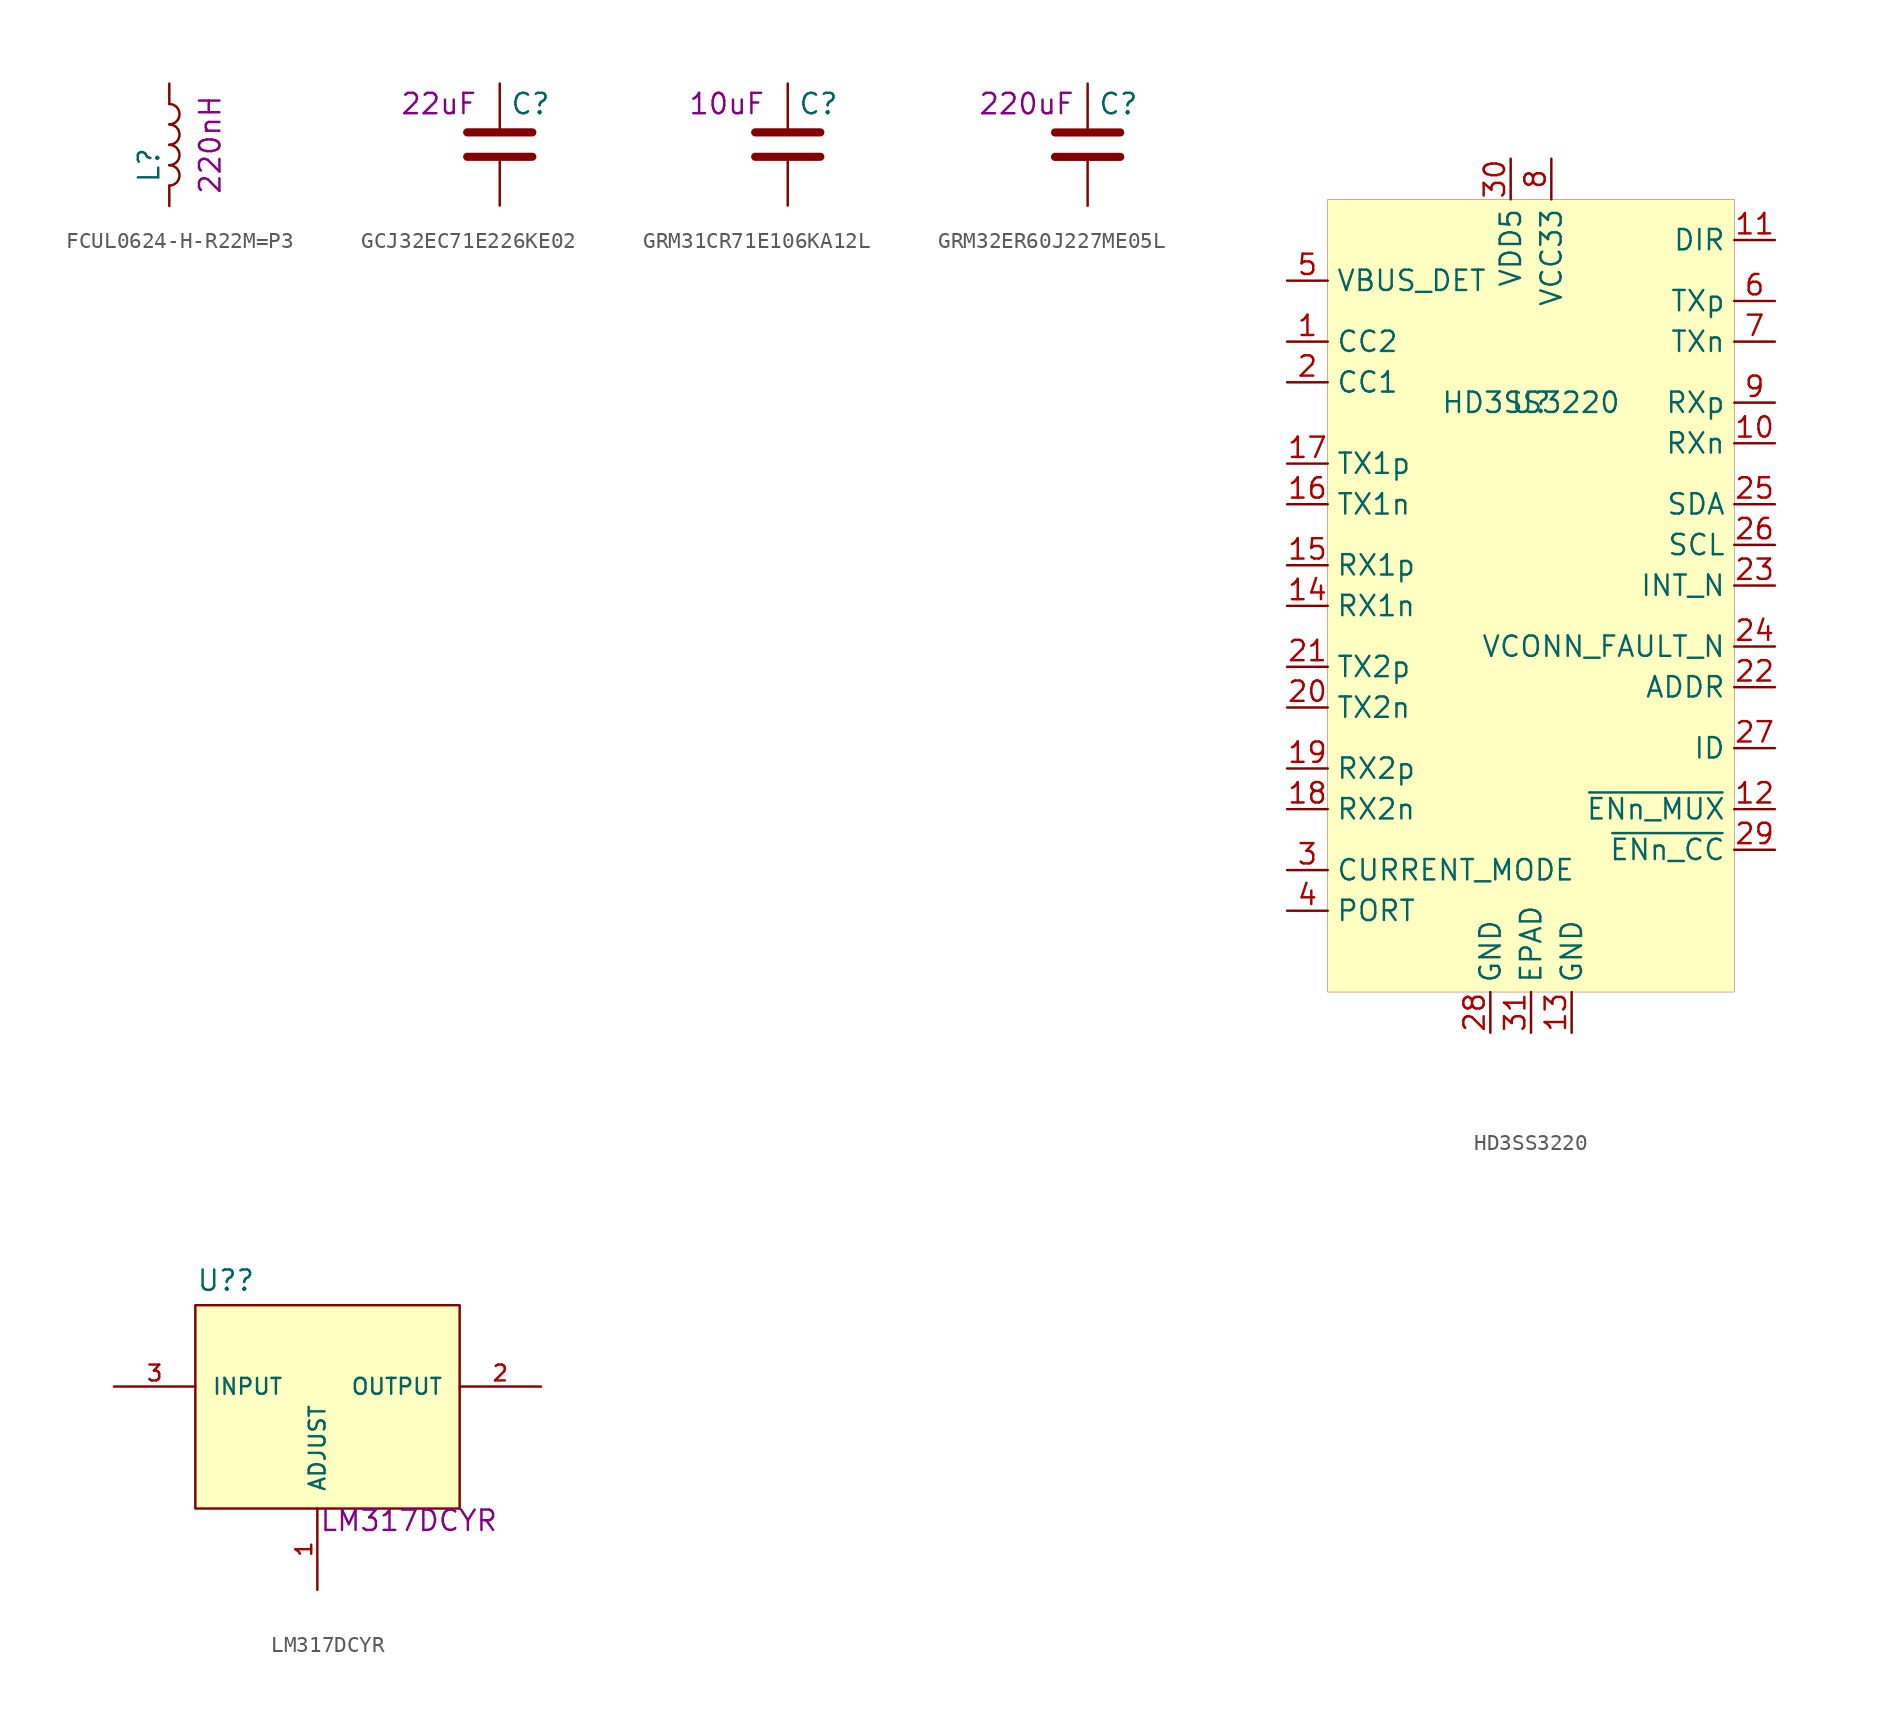
<source format=kicad_sym>
(kicad_symbol_lib
  (version 20201005)
  (generator kicad_symbol_editor)
  (symbol "mte_usb_hub:FCUL0624-H-R22M=P3"
    (pin_numbers hide)
    (pin_names
      (offset 1.016) hide)
    (property "Reference" "L"
      (at -1.27 -1.27 90)
      (effects (font (size 1.27 1.27))))
    (property "id" "220nH"
      (at 2.54 0 90)
      (effects (font (size 1.27 1.27))))
    (symbol "FCUL0624-H-R22M=P3_0_1"
      (arc (start 0 -2.54) (end 0 -1.27) (radius (at 0 -1.905) (length 0.635) (angles -89.9 89.9)) (stroke (width 0)) (fill (type none)))
      (arc (start 0 -1.27) (end 0 0) (radius (at 0 -0.635) (length 0.635) (angles -89.9 89.9)) (stroke (width 0)) (fill (type none)))
      (arc (start 0 0) (end 0 1.27) (radius (at 0 0.635) (length 0.635) (angles -89.9 89.9)) (stroke (width 0)) (fill (type none)))
      (arc (start 0 1.27) (end 0 2.54) (radius (at 0 1.905) (length 0.635) (angles -89.9 89.9)) (stroke (width 0)) (fill (type none))))
    (symbol "FCUL0624-H-R22M=P3_1_1"
      (pin passive line (at 0 3.81 270) (length 1.27) (name "1" (effects (font (size 1.27 1.27)))) (number "1" (effects (font (size 1.27 1.27)))))
      (pin passive line (at 0 -3.81 90) (length 1.27) (name "2" (effects (font (size 1.27 1.27)))) (number "2" (effects (font (size 1.27 1.27)))))))
  (symbol "mte_usb_hub:GCJ32EC71E226KE02"
    (pin_numbers hide)
    (pin_names
      (offset 0.254))
    (property "Reference" "C"
      (at 0.635 2.54 0)
      (effects (font (size 1.27 1.27)) (justify left)))
    (property "id" "22uF"
      (at -3.81 2.54 0)
      (effects (font (size 1.27 1.27))))
    (symbol "GCJ32EC71E226KE02_0_1"
      (polyline (pts (xy -2.032 -0.762) (xy 2.032 -0.762)) (stroke (width 0.508)) (fill (type none)))
      (polyline (pts (xy -2.032 0.762) (xy 2.032 0.762)) (stroke (width 0.508)) (fill (type none))))
    (symbol "GCJ32EC71E226KE02_1_1"
      (pin passive line (at 0 3.81 270) (length 2.794) (name "~" (effects (font (size 1.27 1.27)))) (number "1" (effects (font (size 1.27 1.27)))))
      (pin passive line (at 0 -3.81 90) (length 2.794) (name "~" (effects (font (size 1.27 1.27)))) (number "2" (effects (font (size 1.27 1.27)))))))
  (symbol "mte_usb_hub:GRM31CR71E106KA12L"
    (pin_numbers hide)
    (pin_names
      (offset 0.254))
    (property "Reference" "C"
      (at 0.635 2.54 0)
      (effects (font (size 1.27 1.27)) (justify left)))
    (property "id" "10uF"
      (at -3.81 2.54 0)
      (effects (font (size 1.27 1.27))))
    (symbol "GRM31CR71E106KA12L_0_1"
      (polyline (pts (xy -2.032 -0.762) (xy 2.032 -0.762)) (stroke (width 0.508)) (fill (type none)))
      (polyline (pts (xy -2.032 0.762) (xy 2.032 0.762)) (stroke (width 0.508)) (fill (type none))))
    (symbol "GRM31CR71E106KA12L_1_1"
      (pin passive line (at 0 3.81 270) (length 2.794) (name "~" (effects (font (size 1.27 1.27)))) (number "1" (effects (font (size 1.27 1.27)))))
      (pin passive line (at 0 -3.81 90) (length 2.794) (name "~" (effects (font (size 1.27 1.27)))) (number "2" (effects (font (size 1.27 1.27)))))))
  (symbol "mte_usb_hub:GRM32ER60J227ME05L"
    (pin_numbers hide)
    (pin_names
      (offset 0.254))
    (property "Reference" "C"
      (at 0.635 2.54 0)
      (effects (font (size 1.27 1.27)) (justify left)))
    (property "id" "220uF"
      (at -3.81 2.54 0)
      (effects (font (size 1.27 1.27))))
    (symbol "GRM32ER60J227ME05L_0_1"
      (polyline (pts (xy -2.032 -0.762) (xy 2.032 -0.762)) (stroke (width 0.508)) (fill (type none)))
      (polyline (pts (xy -2.032 0.762) (xy 2.032 0.762)) (stroke (width 0.508)) (fill (type none))))
    (symbol "GRM32ER60J227ME05L_1_1"
      (pin passive line (at 0 3.81 270) (length 2.794) (name "~" (effects (font (size 1.27 1.27)))) (number "1" (effects (font (size 1.27 1.27)))))
      (pin passive line (at 0 -3.81 90) (length 2.794) (name "~" (effects (font (size 1.27 1.27)))) (number "2" (effects (font (size 1.27 1.27)))))))
  (symbol "mte_usb_hub:HD3SS3220"
    (property "Reference" "U"
      (at 0 12.7 0)
      (effects (font (size 1.27 1.27))))
    (property "Value" "HD3SS3220"
      (at 0 12.7 0)
      (effects (font (size 1.27 1.27))))
    (symbol "HD3SS3220_0_1"
      (rectangle (start -12.7 25.4) (end 12.7 -24.13) (stroke (width 0.001)) (fill (type background))))
    (symbol "HD3SS3220_1_0"
      (pin bidirectional line (at -15.24 16.51 0) (length 2.54) (name "CC2" (effects (font (size 1.27 1.27)))) (number "1" (effects (font (size 1.27 1.27)))))
      (pin bidirectional line (at 15.24 10.16 180) (length 2.54) (name "RXn" (effects (font (size 1.27 1.27)))) (number "10" (effects (font (size 1.27 1.27)))))
      (pin output line (at 15.24 22.86 180) (length 2.54) (name "DIR" (effects (font (size 1.27 1.27)))) (number "11" (effects (font (size 1.27 1.27)))))
      (pin input line (at 15.24 -12.7 180) (length 2.54) (name "~ENn_MUX" (effects (font (size 1.27 1.27)))) (number "12" (effects (font (size 1.27 1.27)))))
      (pin power_in line (at 2.54 -26.67 90) (length 2.54) (name "GND" (effects (font (size 1.27 1.27)))) (number "13" (effects (font (size 1.27 1.27)))))
      (pin bidirectional line (at -15.24 0 0) (length 2.54) (name "RX1n" (effects (font (size 1.27 1.27)))) (number "14" (effects (font (size 1.27 1.27)))))
      (pin bidirectional line (at -15.24 2.54 0) (length 2.54) (name "RX1p" (effects (font (size 1.27 1.27)))) (number "15" (effects (font (size 1.27 1.27)))))
      (pin bidirectional line (at -15.24 6.35 0) (length 2.54) (name "TX1n" (effects (font (size 1.27 1.27)))) (number "16" (effects (font (size 1.27 1.27)))))
      (pin bidirectional line (at -15.24 8.89 0) (length 2.54) (name "TX1p" (effects (font (size 1.27 1.27)))) (number "17" (effects (font (size 1.27 1.27)))))
      (pin bidirectional line (at -15.24 -12.7 0) (length 2.54) (name "RX2n" (effects (font (size 1.27 1.27)))) (number "18" (effects (font (size 1.27 1.27)))))
      (pin bidirectional line (at -15.24 -10.16 0) (length 2.54) (name "RX2p" (effects (font (size 1.27 1.27)))) (number "19" (effects (font (size 1.27 1.27)))))
      (pin bidirectional line (at -15.24 13.97 0) (length 2.54) (name "CC1" (effects (font (size 1.27 1.27)))) (number "2" (effects (font (size 1.27 1.27)))))
      (pin bidirectional line (at -15.24 -6.35 0) (length 2.54) (name "TX2n" (effects (font (size 1.27 1.27)))) (number "20" (effects (font (size 1.27 1.27)))))
      (pin bidirectional line (at -15.24 -3.81 0) (length 2.54) (name "TX2p" (effects (font (size 1.27 1.27)))) (number "21" (effects (font (size 1.27 1.27)))))
      (pin input line (at 15.24 -5.08 180) (length 2.54) (name "ADDR" (effects (font (size 1.27 1.27)))) (number "22" (effects (font (size 1.27 1.27)))))
      (pin output line (at 15.24 1.27 180) (length 2.54) (name "INT_N" (effects (font (size 1.27 1.27)))) (number "23" (effects (font (size 1.27 1.27)))) (alternate "OUT3" output line))
      (pin output line (at 15.24 -2.54 180) (length 2.54) (name "VCONN_FAULT_N" (effects (font (size 1.27 1.27)))) (number "24" (effects (font (size 1.27 1.27)))))
      (pin bidirectional line (at 15.24 6.35 180) (length 2.54) (name "SDA" (effects (font (size 1.27 1.27)))) (number "25" (effects (font (size 1.27 1.27)))) (alternate "OUT1" bidirectional line))
      (pin bidirectional line (at 15.24 3.81 180) (length 2.54) (name "SCL" (effects (font (size 1.27 1.27)))) (number "26" (effects (font (size 1.27 1.27)))) (alternate "OUT2" bidirectional line))
      (pin output line (at 15.24 -8.89 180) (length 2.54) (name "ID" (effects (font (size 1.27 1.27)))) (number "27" (effects (font (size 1.27 1.27)))))
      (pin power_in line (at -2.54 -26.67 90) (length 2.54) (name "GND" (effects (font (size 1.27 1.27)))) (number "28" (effects (font (size 1.27 1.27)))))
      (pin input line (at 15.24 -15.24 180) (length 2.54) (name "~ENn_CC" (effects (font (size 1.27 1.27)))) (number "29" (effects (font (size 1.27 1.27)))))
      (pin input line (at -15.24 -16.51 0) (length 2.54) (name "CURRENT_MODE" (effects (font (size 1.27 1.27)))) (number "3" (effects (font (size 1.27 1.27)))))
      (pin power_in line (at -1.27 27.94 270) (length 2.54) (name "VDD5" (effects (font (size 1.27 1.27)))) (number "30" (effects (font (size 1.27 1.27)))))
      (pin power_in line (at 0 -26.67 90) (length 2.54) (name "EPAD" (effects (font (size 1.27 1.27)))) (number "31" (effects (font (size 1.27 1.27)))))
      (pin input line (at -15.24 -19.05 0) (length 2.54) (name "PORT" (effects (font (size 1.27 1.27)))) (number "4" (effects (font (size 1.27 1.27)))))
      (pin input line (at -15.24 20.32 0) (length 2.54) (name "VBUS_DET" (effects (font (size 1.27 1.27)))) (number "5" (effects (font (size 1.27 1.27)))))
      (pin bidirectional line (at 15.24 19.05 180) (length 2.54) (name "TXp" (effects (font (size 1.27 1.27)))) (number "6" (effects (font (size 1.27 1.27)))))
      (pin bidirectional line (at 15.24 16.51 180) (length 2.54) (name "TXn" (effects (font (size 1.27 1.27)))) (number "7" (effects (font (size 1.27 1.27)))))
      (pin power_in line (at 1.27 27.94 270) (length 2.54) (name "VCC33" (effects (font (size 1.27 1.27)))) (number "8" (effects (font (size 1.27 1.27)))))
      (pin bidirectional line (at 15.24 12.7 180) (length 2.54) (name "RXp" (effects (font (size 1.27 1.27)))) (number "9" (effects (font (size 1.27 1.27)))))))
  (symbol "mte_usb_hub:LM317DCYR"
    (pin_names
      (offset 1.016))
    (property "Reference" "U?"
      (at -5.715 6.623 0)
      (effects (font (size 1.27 1.27))))
    (property "id" "LM317DCYR"
      (at 5.715 -8.376 0)
      (effects (font (size 1.27 1.27))))
    (symbol "LM317DCYR_0_1"
      (rectangle (start -7.62 5.08) (end 8.89 -7.62) (stroke (width 0)) (fill (type background))))
    (symbol "LM317DCYR_1_1"
      (pin input line (at 0 -12.7 90) (length 5.08) (name "ADJUST" (effects (font (size 0.991 0.991)))) (number "1" (effects (font (size 0.991 0.991)))))
      (pin power_out line (at 13.97 0 180) (length 5.08) (name "OUTPUT" (effects (font (size 0.991 0.991)))) (number "2" (effects (font (size 0.991 0.991)))))
      (pin power_in line (at -12.7 0 0) (length 5.08) (name "INPUT" (effects (font (size 0.991 0.991)))) (number "3" (effects (font (size 0.991 0.991)))))
      (pin passive line (at 13.97 0 180) (length 5.08) hide (name "OUTPUT" (effects (font (size 0.991 0.991)))) (number "4" (effects (font (size 0.991 0.991))))))))
</source>
